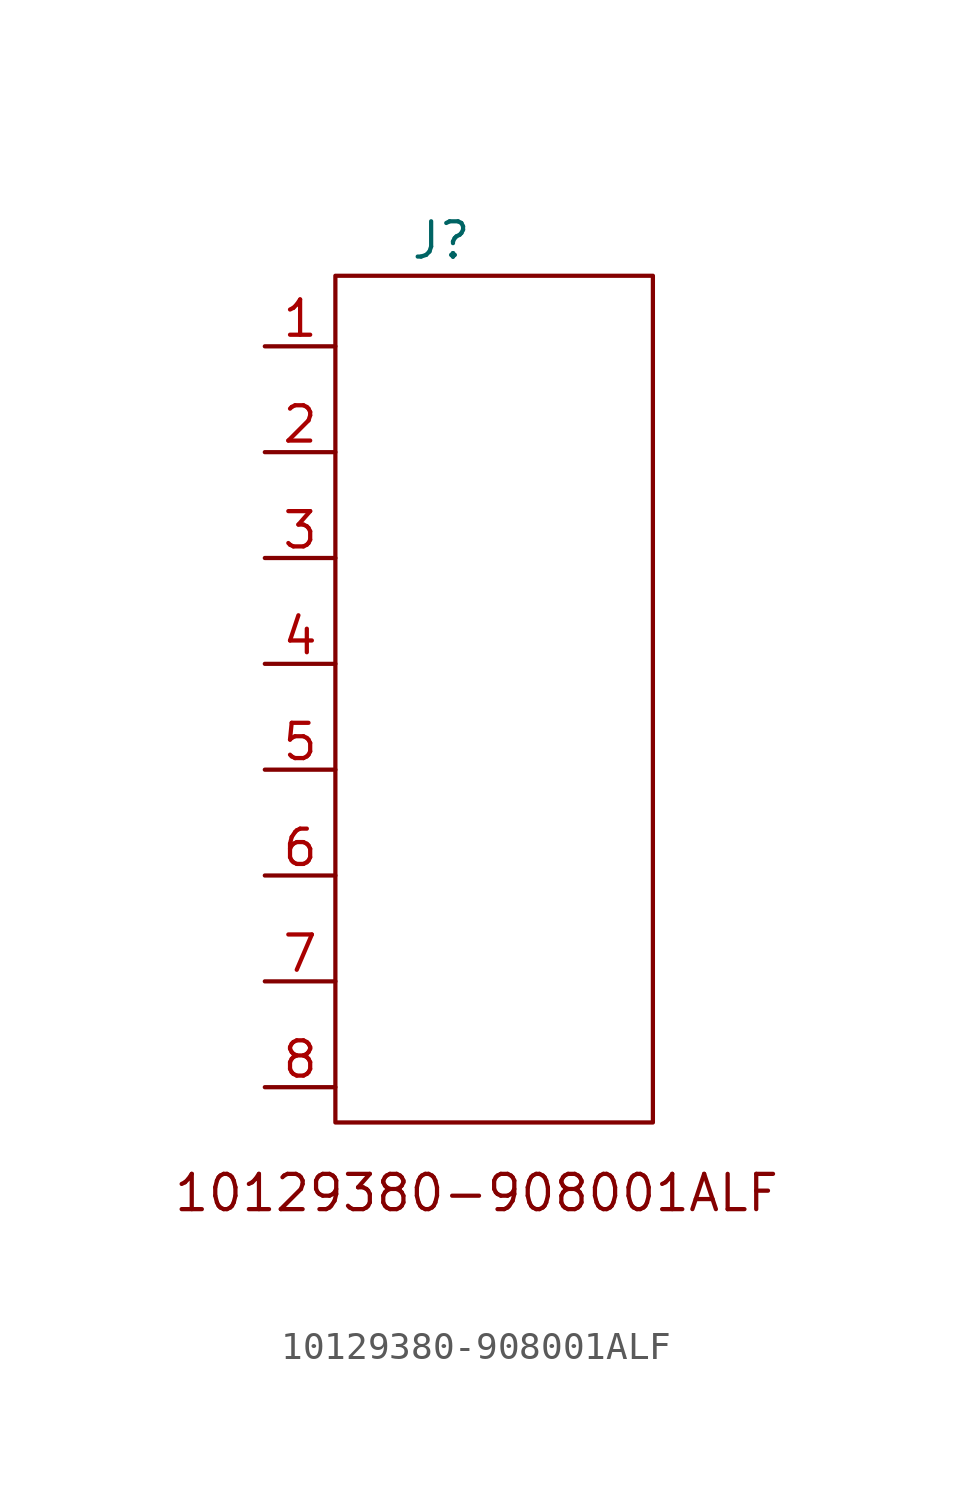
<source format=kicad_sym>
(kicad_symbol_lib
  (version 20220914)
  (generator kicad_symbol_editor)
  (symbol "10129380-908001ALF"
    (property "Reference" "J"
      (at -1.27 16.51 0)
      (effects (font (size 1.27 1.27))))
    (property "Value" ""
      (at 0 16.51 0)
      (effects (font (size 1.27 1.27))))
    (symbol "10129380-908001ALF_0_1"
      (rectangle (start -5.08 15.24) (end 6.35 -15.24) (stroke (width 0) (type default)) (fill (type none)))
      (text "10129380-908001ALF" (at 0 -17.78 0) (effects (font (size 1.27 1.27)))))
    (symbol "10129380-908001ALF_1_1"
      (pin bidirectional line (at -7.62 12.7 0) (length 2.54) (name "" (effects (font (size 1.27 1.27)))) (number "1" (effects (font (size 1.27 1.27)))))
      (pin bidirectional line (at -7.62 8.89 0) (length 2.54) (name "" (effects (font (size 1.27 1.27)))) (number "2" (effects (font (size 1.27 1.27)))))
      (pin bidirectional line (at -7.62 5.08 0) (length 2.54) (name "" (effects (font (size 1.27 1.27)))) (number "3" (effects (font (size 1.27 1.27)))))
      (pin bidirectional line (at -7.62 1.27 0) (length 2.54) (name "" (effects (font (size 1.27 1.27)))) (number "4" (effects (font (size 1.27 1.27)))))
      (pin bidirectional line (at -7.62 -2.54 0) (length 2.54) (name "" (effects (font (size 1.27 1.27)))) (number "5" (effects (font (size 1.27 1.27)))))
      (pin bidirectional line (at -7.62 -6.35 0) (length 2.54) (name "" (effects (font (size 1.27 1.27)))) (number "6" (effects (font (size 1.27 1.27)))))
      (pin bidirectional line (at -7.62 -10.16 0) (length 2.54) (name "" (effects (font (size 1.27 1.27)))) (number "7" (effects (font (size 1.27 1.27)))))
      (pin bidirectional line (at -7.62 -13.97 0) (length 2.54) (name "" (effects (font (size 1.27 1.27)))) (number "8" (effects (font (size 1.27 1.27))))))))
</source>
